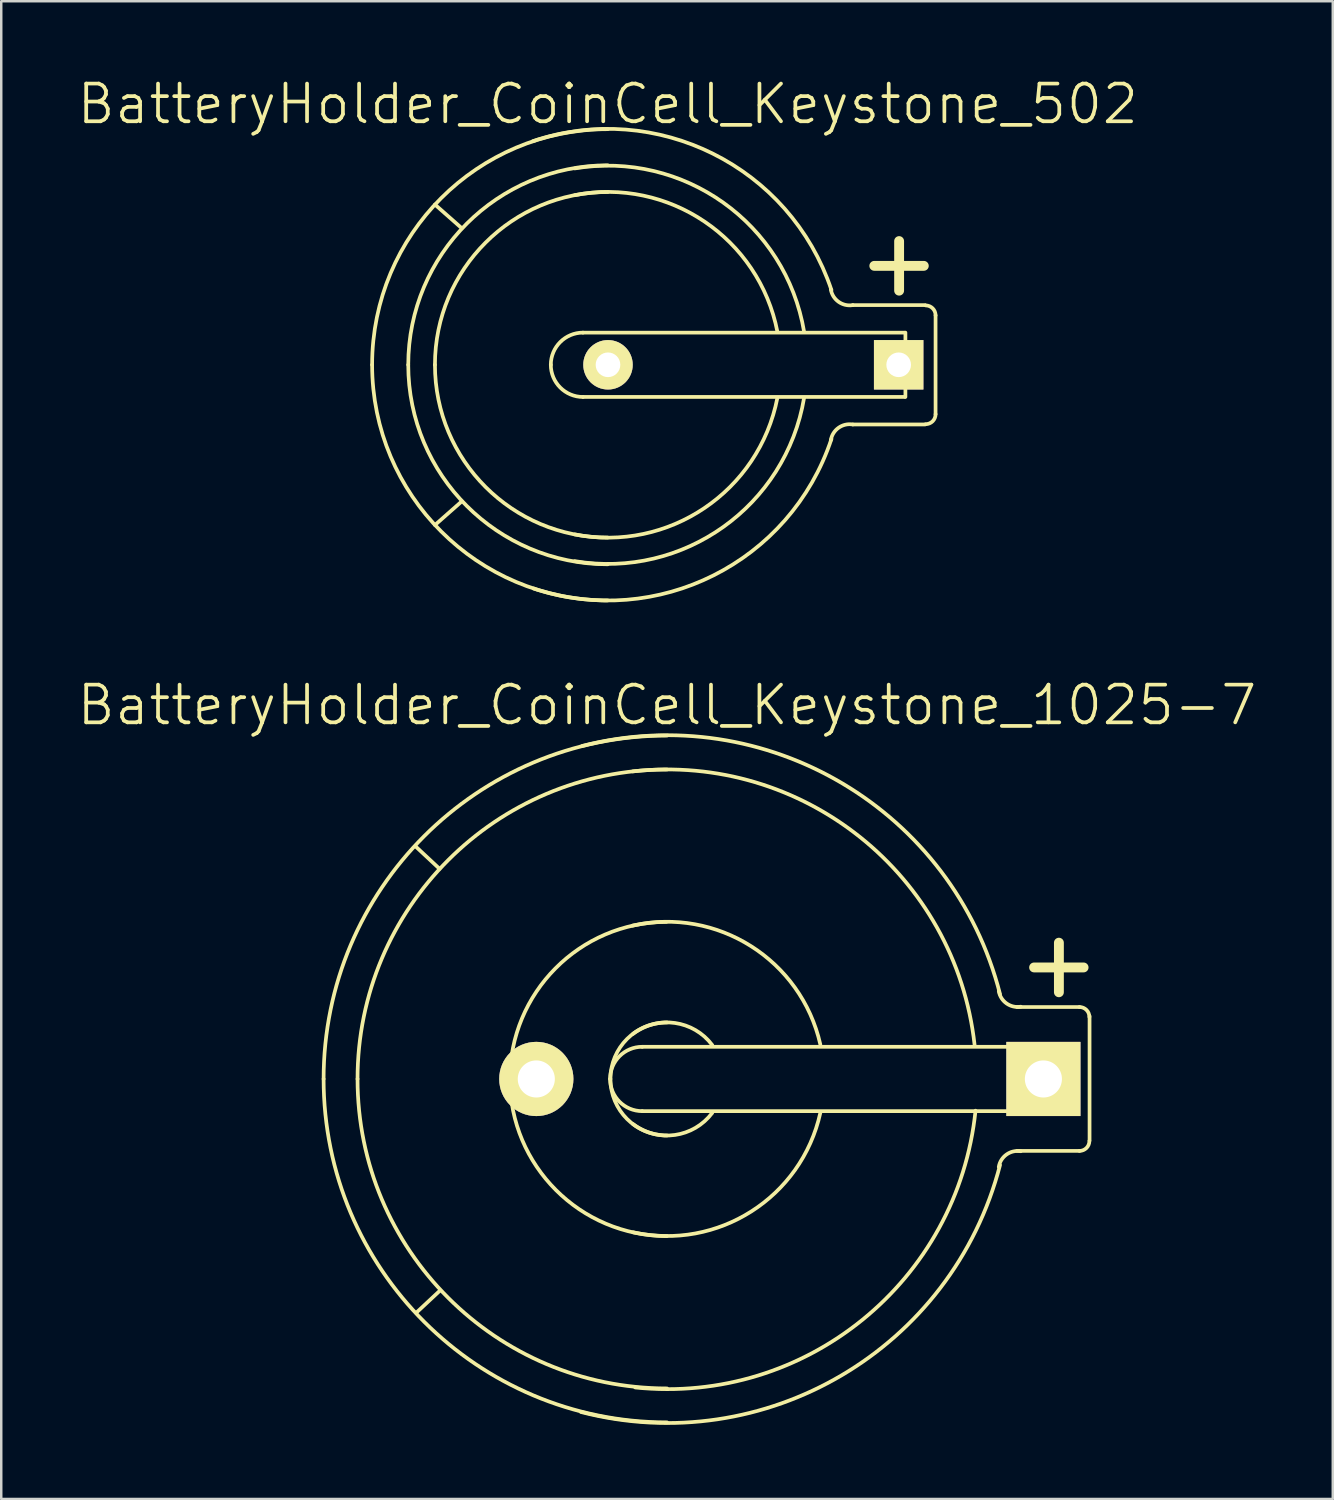
<source format=kicad_pcb>
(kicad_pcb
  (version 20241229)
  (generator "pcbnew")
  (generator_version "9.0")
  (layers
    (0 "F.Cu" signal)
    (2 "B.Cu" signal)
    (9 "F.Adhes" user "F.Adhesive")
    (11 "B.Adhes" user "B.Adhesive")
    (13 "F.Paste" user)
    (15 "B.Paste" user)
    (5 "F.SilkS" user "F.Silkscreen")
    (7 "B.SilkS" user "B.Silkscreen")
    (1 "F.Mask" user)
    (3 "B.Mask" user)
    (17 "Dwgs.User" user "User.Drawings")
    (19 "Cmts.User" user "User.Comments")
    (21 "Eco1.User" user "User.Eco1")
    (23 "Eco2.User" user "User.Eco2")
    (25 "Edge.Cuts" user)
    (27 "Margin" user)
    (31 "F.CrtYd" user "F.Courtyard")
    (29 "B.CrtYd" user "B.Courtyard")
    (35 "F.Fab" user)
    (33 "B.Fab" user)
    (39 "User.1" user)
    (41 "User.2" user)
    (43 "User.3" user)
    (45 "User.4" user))
  (footprint "BatteryHolder_CoinCell_Keystone_502"
    (layer "F.Cu")
    (at 21.517 11.696)
    (property "Reference" "BatteryHolder_CoinCell_Keystone_502" (at 0 -10.541 0) (layer "F.SilkS") (effects (font (size 1.524 1.524) (thickness 0.15))))
    (attr through_hole)
    (fp_line (start -6.985 -6.477) (end -5.905 -5.524) (stroke (width 0.15) (type solid)) (layer "F.SilkS"))
    (fp_line (start -6.985 6.477) (end -5.905 5.524) (stroke (width 0.15) (type solid)) (layer "F.SilkS"))
    (fp_line (start -1.001 -1.3) (end 11.999 -1.3) (stroke (width 0.15) (type solid)) (layer "F.SilkS"))
    (fp_line (start 9.906 2.413) (end 12.827 2.413) (stroke (width 0.15) (type solid)) (layer "F.SilkS"))
    (fp_line (start 10.775 -4) (end 12.776 -4) (stroke (width 0.399) (type solid)) (layer "F.SilkS"))
    (fp_line (start 11.778 -2.997) (end 11.778 -5.001) (stroke (width 0.399) (type solid)) (layer "F.SilkS"))
    (fp_line (start 11.999 1.3) (end -1.001 1.3) (stroke (width 0.15) (type solid)) (layer "F.SilkS"))
    (fp_line (start 12.032 -1.3) (end 12.032 1.3) (stroke (width 0.15) (type solid)) (layer "F.SilkS"))
    (fp_line (start 12.827 -2.413) (end 9.906 -2.413) (stroke (width 0.15) (type solid)) (layer "F.SilkS"))
    (fp_line (start 13.251 1.999) (end 13.251 -1.999) (stroke (width 0.15) (type solid)) (layer "F.SilkS"))
    (fp_arc (start -9.525 0) (mid -6.735192 -6.735192) (end 0 -9.525) (stroke (width 0.15) (type solid)) (layer "F.SilkS"))
    (fp_arc (start -8.0645 0) (mid -5.702463 -5.702463) (end 0 -8.0645) (stroke (width 0.15) (type solid)) (layer "F.SilkS"))
    (fp_arc (start -6.985 0) (mid -4.939141 -4.939141) (end 0 -6.985) (stroke (width 0.15) (type solid)) (layer "F.SilkS"))
    (fp_arc (start -3.0226 -9.0424) (mid 4.256641 -8.531243) (end 9.0424 -3.0226) (stroke (width 0.15) (type solid)) (layer "F.SilkS"))
    (fp_arc (start -2.30124 0) (mid -1.920338 -0.919578) (end -1.00076 -1.30048) (stroke (width 0.15) (type solid)) (layer "F.SilkS"))
    (fp_arc (start -1.3335 -7.9375) (mid 4.669733 -6.555587) (end 7.9375 -1.3335) (stroke (width 0.15) (type solid)) (layer "F.SilkS"))
    (fp_arc (start -1.3335 -6.858) (mid 3.906411 -5.792265) (end 6.858 -1.3335) (stroke (width 0.15) (type solid)) (layer "F.SilkS"))
    (fp_arc (start -1.00076 1.30048) (mid -1.920338 0.919578) (end -2.30124 0) (stroke (width 0.15) (type solid)) (layer "F.SilkS"))
    (fp_arc (start 0 6.985) (mid -4.939141 4.939141) (end -6.985 0) (stroke (width 0.15) (type solid)) (layer "F.SilkS"))
    (fp_arc (start 0 8.0645) (mid -5.702463 5.702463) (end -8.0645 0) (stroke (width 0.15) (type solid)) (layer "F.SilkS"))
    (fp_arc (start 0 9.525) (mid -6.735192 6.735192) (end -9.525 0) (stroke (width 0.15) (type solid)) (layer "F.SilkS"))
    (fp_arc (start 6.858 1.3335) (mid 3.906411 5.792265) (end -1.3335 6.858) (stroke (width 0.15) (type solid)) (layer "F.SilkS"))
    (fp_arc (start 7.9375 1.3335) (mid 4.669733 6.555587) (end -1.3335 7.9375) (stroke (width 0.15) (type solid)) (layer "F.SilkS"))
    (fp_arc (start 9.017 3.048) (mid 9.329987 2.546382) (end 9.906 2.413) (stroke (width 0.15) (type solid)) (layer "F.SilkS"))
    (fp_arc (start 9.0424 2.9972) (mid 4.274602 8.513283) (end -2.9972 9.0424) (stroke (width 0.15) (type solid)) (layer "F.SilkS"))
    (fp_arc (start 9.906 -2.413) (mid 9.329987 -2.546382) (end 9.017 -3.048) (stroke (width 0.15) (type solid)) (layer "F.SilkS"))
    (fp_arc (start 12.84986 -2.4003) (mid 13.133636 -2.282756) (end 13.25118 -1.99898) (stroke (width 0.15) (type solid)) (layer "F.SilkS"))
    (fp_arc (start 13.25118 1.99898) (mid 13.133636 2.282756) (end 12.84986 2.4003) (stroke (width 0.15) (type solid)) (layer "F.SilkS"))
    (pad "1" thru_hole rect (at 11.76 0) (size 1.999 1.999) (drill 0.996) (layers "*.Cu" "*.Mask" "F.SilkS"))
    (pad "2" thru_hole circle (at 0.01 0) (size 1.999 1.999) (drill 0.996) (layers "*.Cu" "*.Mask" "F.SilkS")))
  (footprint "BatteryHolder_CoinCell_Keystone_1025-7"
    (layer "F.Cu")
    (at 23.912 40.565)
    (property "Reference" "BatteryHolder_CoinCell_Keystone_1025-7" (at 0 -15.113 0) (layer "F.SilkS") (effects (font (size 1.524 1.524) (thickness 0.15))))
    (attr through_hole)
    (fp_line (start -9.195 -8.496) (end -10.16 -9.398) (stroke (width 0.15) (type solid)) (layer "F.SilkS"))
    (fp_line (start -9.169 8.547) (end -10.135 9.449) (stroke (width 0.15) (type solid)) (layer "F.SilkS"))
    (fp_line (start -1.001 -1.3) (end 15.199 -1.3) (stroke (width 0.15) (type solid)) (layer "F.SilkS"))
    (fp_line (start 14.839 -4.508) (end 16.84 -4.508) (stroke (width 0.399) (type solid)) (layer "F.SilkS"))
    (fp_line (start 15.199 1.3) (end -1.001 1.3) (stroke (width 0.15) (type solid)) (layer "F.SilkS"))
    (fp_line (start 15.207 -1.3) (end 15.207 1.3) (stroke (width 0.15) (type solid)) (layer "F.SilkS"))
    (fp_line (start 15.842 -3.505) (end 15.842 -5.509) (stroke (width 0.399) (type solid)) (layer "F.SilkS"))
    (fp_line (start 16.675 -2.908) (end 14.148 -2.908) (stroke (width 0.15) (type solid)) (layer "F.SilkS"))
    (fp_line (start 16.675 2.908) (end 14.148 2.908) (stroke (width 0.15) (type solid)) (layer "F.SilkS"))
    (fp_line (start 17.081 -2.54) (end 17.081 2.489) (stroke (width 0.15) (type solid)) (layer "F.SilkS"))
    (fp_arc (start -13.8811 0) (mid -9.81542 -9.81542) (end 0 -13.8811) (stroke (width 0.15) (type solid)) (layer "F.SilkS"))
    (fp_arc (start -12.5095 0) (mid -8.845552 -8.845552) (end 0 -12.5095) (stroke (width 0.15) (type solid)) (layer "F.SilkS"))
    (fp_arc (start -6.35 0.0254) (mid -4.508089 -4.472168) (end -0.0254 -6.35) (stroke (width 0.15) (type solid)) (layer "F.SilkS"))
    (fp_arc (start -3.429 -13.462) (mid 7.094402 -11.943741) (end 13.462 -3.429) (stroke (width 0.15) (type solid)) (layer "F.SilkS"))
    (fp_arc (start -2.30124 0) (mid -1.920338 -0.919578) (end -1.00076 -1.30048) (stroke (width 0.15) (type solid)) (layer "F.SilkS"))
    (fp_arc (start -2.286 0) (mid -1.616446 -1.616446) (end 0 -2.286) (stroke (width 0.15) (type solid)) (layer "F.SilkS"))
    (fp_arc (start -1.397 -6.1976) (mid 3.394537 -5.370193) (end 6.1976 -1.397) (stroke (width 0.15) (type solid)) (layer "F.SilkS"))
    (fp_arc (start -1.3843 -12.4333) (mid 7.812823 -9.770519) (end 12.4333 -1.3843) (stroke (width 0.15) (type solid)) (layer "F.SilkS"))
    (fp_arc (start -1.3716 -1.8288) (mid 0.323289 -2.263025) (end 1.8288 -1.3716) (stroke (width 0.15) (type solid)) (layer "F.SilkS"))
    (fp_arc (start -1.00076 1.30048) (mid -1.920338 0.919578) (end -2.30124 0) (stroke (width 0.15) (type solid)) (layer "F.SilkS"))
    (fp_arc (start 0 2.286) (mid -1.616446 1.616446) (end -2.286 0) (stroke (width 0.15) (type solid)) (layer "F.SilkS"))
    (fp_arc (start 0 6.35) (mid -4.490128 4.490128) (end -6.35 0) (stroke (width 0.15) (type solid)) (layer "F.SilkS"))
    (fp_arc (start 0 12.5095) (mid -8.845552 8.845552) (end -12.5095 0) (stroke (width 0.15) (type solid)) (layer "F.SilkS"))
    (fp_arc (start 0 13.8811) (mid -9.81542 9.81542) (end -13.8811 0) (stroke (width 0.15) (type solid)) (layer "F.SilkS"))
    (fp_arc (start 1.8288 1.3716) (mid 0.323289 2.263025) (end -1.3716 1.8288) (stroke (width 0.15) (type solid)) (layer "F.SilkS"))
    (fp_arc (start 6.1976 1.3716) (mid 3.412497 5.352233) (end -1.3716 6.1976) (stroke (width 0.15) (type solid)) (layer "F.SilkS"))
    (fp_arc (start 12.4714 1.2827) (mid 7.911606 9.725617) (end -1.2827 12.4714) (stroke (width 0.15) (type solid)) (layer "F.SilkS"))
    (fp_arc (start 13.4112 3.556) (mid 13.724187 3.054382) (end 14.3002 2.921) (stroke (width 0.15) (type solid)) (layer "F.SilkS"))
    (fp_arc (start 13.462 3.4798) (mid 7.058481 11.979662) (end -3.4798 13.462) (stroke (width 0.15) (type solid)) (layer "F.SilkS"))
    (fp_arc (start 14.3002 -2.921) (mid 13.724187 -3.054382) (end 13.4112 -3.556) (stroke (width 0.15) (type solid)) (layer "F.SilkS"))
    (fp_arc (start 16.67256 -2.9083) (mid 16.956336 -2.790756) (end 17.07388 -2.50698) (stroke (width 0.15) (type solid)) (layer "F.SilkS"))
    (fp_arc (start 17.07388 2.50698) (mid 16.956336 2.790756) (end 16.67256 2.9083) (stroke (width 0.15) (type solid)) (layer "F.SilkS"))
    (pad "1" thru_hole rect (at 15.215 0) (size 2.997 2.997) (drill 1.499) (layers "*.Cu" "*.Mask" "F.SilkS"))
    (pad "2" thru_hole circle (at -5.283 0) (size 3 3) (drill 1.499) (layers "*.Cu" "*.Mask" "F.SilkS")))
  (gr_rect
    (start -3 -3)
    (end 50.825 57.544)
    (stroke (width 0.1) (type default))
    (fill no)
    (layer "Edge.Cuts")))
</source>
